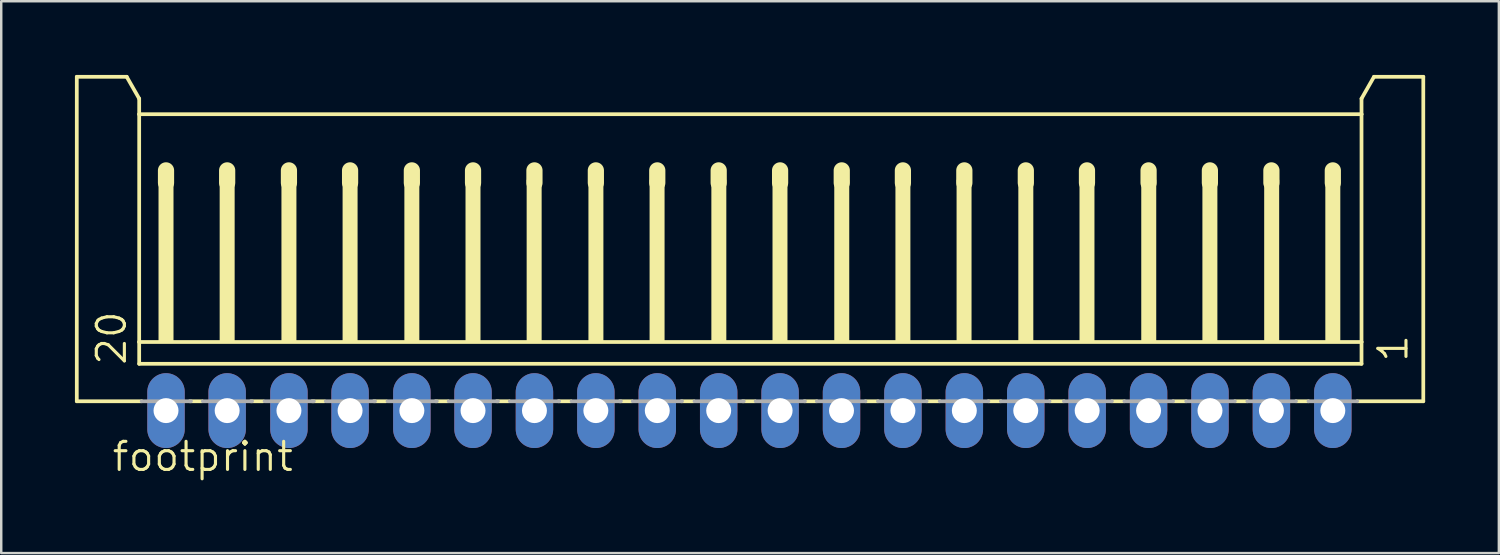
<source format=kicad_pcb>
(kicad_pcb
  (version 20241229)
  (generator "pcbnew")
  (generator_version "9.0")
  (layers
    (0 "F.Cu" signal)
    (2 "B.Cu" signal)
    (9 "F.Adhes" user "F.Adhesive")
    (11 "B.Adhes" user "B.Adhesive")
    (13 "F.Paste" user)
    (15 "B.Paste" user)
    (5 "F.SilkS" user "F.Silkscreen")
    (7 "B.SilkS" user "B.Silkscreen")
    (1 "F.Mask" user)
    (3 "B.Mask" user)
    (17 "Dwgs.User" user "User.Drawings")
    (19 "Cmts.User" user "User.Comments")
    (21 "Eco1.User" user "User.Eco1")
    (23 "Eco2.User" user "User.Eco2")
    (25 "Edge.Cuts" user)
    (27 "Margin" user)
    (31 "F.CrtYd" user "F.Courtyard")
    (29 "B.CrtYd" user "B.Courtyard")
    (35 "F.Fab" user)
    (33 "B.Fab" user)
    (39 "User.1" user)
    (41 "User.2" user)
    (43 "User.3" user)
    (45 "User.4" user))
  (footprint "footprint"
    (layer "F.Cu")
    (at 27.456 7.415)
    (property "Reference" "footprint" (at -26.009 8.79 0) (layer "F.SilkS") (effects (font (size 1.143 1.143) (thickness 0.127)) (justify left bottom)))
    (fp_line (start -27.38 -7.339) (end -25.348 -7.339) (stroke (width 0.152) (type solid)) (layer "F.SilkS"))
    (fp_line (start -27.38 5.869) (end -27.38 -7.339) (stroke (width 0.152) (type solid)) (layer "F.SilkS"))
    (fp_line (start -25.348 -7.339) (end -24.84 -6.45) (stroke (width 0.152) (type solid)) (layer "F.SilkS"))
    (fp_line (start -24.84 -6.45) (end -24.84 -5.815) (stroke (width 0.152) (type solid)) (layer "F.SilkS"))
    (fp_line (start -24.84 -5.815) (end -24.84 3.456) (stroke (width 0.152) (type solid)) (layer "F.SilkS"))
    (fp_line (start -24.84 3.456) (end -24.84 4.345) (stroke (width 0.152) (type solid)) (layer "F.SilkS"))
    (fp_line (start -24.739 5.869) (end -27.38 5.869) (stroke (width 0.152) (type solid)) (layer "F.SilkS"))
    (fp_line (start -23.748 -3.529) (end -23.748 -3.021) (stroke (width 0.66) (type solid)) (layer "F.SilkS"))
    (fp_line (start -22.275 5.869) (end -22.783 5.869) (stroke (width 0.152) (type solid)) (layer "F.SilkS"))
    (fp_line (start -21.259 -3.529) (end -21.259 -3.021) (stroke (width 0.66) (type solid)) (layer "F.SilkS"))
    (fp_line (start -19.786 5.869) (end -20.294 5.869) (stroke (width 0.152) (type solid)) (layer "F.SilkS"))
    (fp_line (start -18.744 -3.529) (end -18.744 -3.021) (stroke (width 0.66) (type solid)) (layer "F.SilkS"))
    (fp_line (start -17.296 5.869) (end -17.804 5.869) (stroke (width 0.152) (type solid)) (layer "F.SilkS"))
    (fp_line (start -16.255 -3.529) (end -16.255 -3.021) (stroke (width 0.66) (type solid)) (layer "F.SilkS"))
    (fp_line (start -14.782 5.869) (end -15.29 5.869) (stroke (width 0.152) (type solid)) (layer "F.SilkS"))
    (fp_line (start -13.74 -3.529) (end -13.74 -3.021) (stroke (width 0.66) (type solid)) (layer "F.SilkS"))
    (fp_line (start -12.267 5.869) (end -12.775 5.869) (stroke (width 0.152) (type solid)) (layer "F.SilkS"))
    (fp_line (start -11.25 -3.529) (end -11.25 -3.021) (stroke (width 0.66) (type solid)) (layer "F.SilkS"))
    (fp_line (start -9.778 5.869) (end -10.286 5.869) (stroke (width 0.152) (type solid)) (layer "F.SilkS"))
    (fp_line (start -8.75 -3.529) (end -8.75 -3.021) (stroke (width 0.66) (type solid)) (layer "F.SilkS"))
    (fp_line (start -7.263 5.869) (end -7.771 5.869) (stroke (width 0.152) (type solid)) (layer "F.SilkS"))
    (fp_line (start -6.25 -3.529) (end -6.25 -3.021) (stroke (width 0.66) (type solid)) (layer "F.SilkS"))
    (fp_line (start -4.774 5.869) (end -5.282 5.869) (stroke (width 0.152) (type solid)) (layer "F.SilkS"))
    (fp_line (start -3.75 -3.529) (end -3.75 -3.021) (stroke (width 0.66) (type solid)) (layer "F.SilkS"))
    (fp_line (start -2.26 5.869) (end -2.768 5.869) (stroke (width 0.152) (type solid)) (layer "F.SilkS"))
    (fp_line (start -1.25 -3.529) (end -1.25 -3.021) (stroke (width 0.66) (type solid)) (layer "F.SilkS"))
    (fp_line (start 0.23 5.869) (end -0.278 5.869) (stroke (width 0.152) (type solid)) (layer "F.SilkS"))
    (fp_line (start 1.25 -3.529) (end 1.25 -3.021) (stroke (width 0.66) (type solid)) (layer "F.SilkS"))
    (fp_line (start 2.744 5.869) (end 2.236 5.869) (stroke (width 0.152) (type solid)) (layer "F.SilkS"))
    (fp_line (start 3.76 -3.529) (end 3.76 -3.021) (stroke (width 0.66) (type solid)) (layer "F.SilkS"))
    (fp_line (start 5.233 5.869) (end 4.725 5.869) (stroke (width 0.152) (type solid)) (layer "F.SilkS"))
    (fp_line (start 6.249 -3.529) (end 6.249 -3.021) (stroke (width 0.66) (type solid)) (layer "F.SilkS"))
    (fp_line (start 7.748 5.869) (end 7.215 5.869) (stroke (width 0.152) (type solid)) (layer "F.SilkS"))
    (fp_line (start 8.75 -3.529) (end 8.75 -3.021) (stroke (width 0.66) (type solid)) (layer "F.SilkS"))
    (fp_line (start 10.237 5.869) (end 9.729 5.869) (stroke (width 0.152) (type solid)) (layer "F.SilkS"))
    (fp_line (start 11.253 -3.529) (end 11.253 -3.021) (stroke (width 0.66) (type solid)) (layer "F.SilkS"))
    (fp_line (start 12.803 5.869) (end 12.218 5.869) (stroke (width 0.152) (type solid)) (layer "F.SilkS"))
    (fp_line (start 13.742 -3.529) (end 13.742 -3.021) (stroke (width 0.66) (type solid)) (layer "F.SilkS"))
    (fp_line (start 15.266 5.869) (end 14.758 5.869) (stroke (width 0.152) (type solid)) (layer "F.SilkS"))
    (fp_line (start 16.25 -3.529) (end 16.25 -3.021) (stroke (width 0.66) (type solid)) (layer "F.SilkS"))
    (fp_line (start 17.781 5.869) (end 17.248 5.869) (stroke (width 0.152) (type solid)) (layer "F.SilkS"))
    (fp_line (start 18.746 -3.529) (end 18.746 -3.021) (stroke (width 0.66) (type solid)) (layer "F.SilkS"))
    (fp_line (start 20.27 5.869) (end 19.762 5.869) (stroke (width 0.152) (type solid)) (layer "F.SilkS"))
    (fp_line (start 21.25 -3.529) (end 21.25 -3.021) (stroke (width 0.66) (type solid)) (layer "F.SilkS"))
    (fp_line (start 22.759 5.869) (end 22.251 5.869) (stroke (width 0.152) (type solid)) (layer "F.SilkS"))
    (fp_line (start 23.75 -3.529) (end 23.75 -3.021) (stroke (width 0.66) (type solid)) (layer "F.SilkS"))
    (fp_line (start 24.918 -6.45) (end 24.918 -5.815) (stroke (width 0.152) (type solid)) (layer "F.SilkS"))
    (fp_line (start 24.918 -6.45) (end 25.426 -7.339) (stroke (width 0.152) (type solid)) (layer "F.SilkS"))
    (fp_line (start 24.918 -5.815) (end -24.84 -5.815) (stroke (width 0.152) (type solid)) (layer "F.SilkS"))
    (fp_line (start 24.918 -5.815) (end 24.918 3.456) (stroke (width 0.152) (type solid)) (layer "F.SilkS"))
    (fp_line (start 24.918 3.456) (end -24.84 3.456) (stroke (width 0.152) (type solid)) (layer "F.SilkS"))
    (fp_line (start 24.918 3.456) (end 24.918 4.345) (stroke (width 0.152) (type solid)) (layer "F.SilkS"))
    (fp_line (start 24.918 4.345) (end -24.84 4.345) (stroke (width 0.152) (type solid)) (layer "F.SilkS"))
    (fp_line (start 27.433 -7.339) (end 25.426 -7.339) (stroke (width 0.152) (type solid)) (layer "F.SilkS"))
    (fp_line (start 27.433 5.869) (end 24.741 5.869) (stroke (width 0.152) (type solid)) (layer "F.SilkS"))
    (fp_line (start 27.433 5.869) (end 27.433 -7.339) (stroke (width 0.152) (type solid)) (layer "F.SilkS"))
    (fp_poly (pts (xy -24.053 3.456) (xy -23.443 3.456) (xy -23.443 -3.148) (xy -24.053 -3.148)) (stroke (width 0) (type solid)) (fill yes) (layer "F.SilkS"))
    (fp_poly (pts (xy -21.564 3.456) (xy -20.954 3.456) (xy -20.954 -3.148) (xy -21.564 -3.148)) (stroke (width 0) (type solid)) (fill yes) (layer "F.SilkS"))
    (fp_poly (pts (xy -19.049 3.456) (xy -18.439 3.456) (xy -18.439 -3.148) (xy -19.049 -3.148)) (stroke (width 0) (type solid)) (fill yes) (layer "F.SilkS"))
    (fp_poly (pts (xy -16.56 3.456) (xy -15.95 3.456) (xy -15.95 -3.148) (xy -16.56 -3.148)) (stroke (width 0) (type solid)) (fill yes) (layer "F.SilkS"))
    (fp_poly (pts (xy -14.045 3.456) (xy -13.436 3.456) (xy -13.436 -3.148) (xy -14.045 -3.148)) (stroke (width 0) (type solid)) (fill yes) (layer "F.SilkS"))
    (fp_poly (pts (xy -11.556 3.456) (xy -10.946 3.456) (xy -10.946 -3.148) (xy -11.556 -3.148)) (stroke (width 0) (type solid)) (fill yes) (layer "F.SilkS"))
    (fp_poly (pts (xy -9.067 3.456) (xy -8.457 3.456) (xy -8.457 -3.148) (xy -9.067 -3.148)) (stroke (width 0) (type solid)) (fill yes) (layer "F.SilkS"))
    (fp_poly (pts (xy -6.552 3.456) (xy -5.943 3.456) (xy -5.943 -3.148) (xy -6.552 -3.148)) (stroke (width 0) (type solid)) (fill yes) (layer "F.SilkS"))
    (fp_poly (pts (xy -4.063 3.456) (xy -3.453 3.456) (xy -3.453 -3.148) (xy -4.063 -3.148)) (stroke (width 0) (type solid)) (fill yes) (layer "F.SilkS"))
    (fp_poly (pts (xy -1.548 3.456) (xy -0.939 3.456) (xy -0.939 -3.148) (xy -1.548 -3.148)) (stroke (width 0) (type solid)) (fill yes) (layer "F.SilkS"))
    (fp_poly (pts (xy 0.941 3.456) (xy 1.55 3.456) (xy 1.55 -3.148) (xy 0.941 -3.148)) (stroke (width 0) (type solid)) (fill yes) (layer "F.SilkS"))
    (fp_poly (pts (xy 3.455 3.456) (xy 4.065 3.456) (xy 4.065 -3.148) (xy 3.455 -3.148)) (stroke (width 0) (type solid)) (fill yes) (layer "F.SilkS"))
    (fp_poly (pts (xy 5.945 3.456) (xy 6.554 3.456) (xy 6.554 -3.148) (xy 5.945 -3.148)) (stroke (width 0) (type solid)) (fill yes) (layer "F.SilkS"))
    (fp_poly (pts (xy 8.434 3.456) (xy 9.043 3.456) (xy 9.043 -3.148) (xy 8.434 -3.148)) (stroke (width 0) (type solid)) (fill yes) (layer "F.SilkS"))
    (fp_poly (pts (xy 10.948 3.456) (xy 11.558 3.456) (xy 11.558 -3.148) (xy 10.948 -3.148)) (stroke (width 0) (type solid)) (fill yes) (layer "F.SilkS"))
    (fp_poly (pts (xy 13.438 3.456) (xy 14.047 3.456) (xy 14.047 -3.148) (xy 13.438 -3.148)) (stroke (width 0) (type solid)) (fill yes) (layer "F.SilkS"))
    (fp_poly (pts (xy 15.952 3.456) (xy 16.562 3.456) (xy 16.562 -3.148) (xy 15.952 -3.148)) (stroke (width 0) (type solid)) (fill yes) (layer "F.SilkS"))
    (fp_poly (pts (xy 18.441 3.456) (xy 19.051 3.456) (xy 19.051 -3.148) (xy 18.441 -3.148)) (stroke (width 0) (type solid)) (fill yes) (layer "F.SilkS"))
    (fp_poly (pts (xy 20.956 3.456) (xy 21.566 3.456) (xy 21.566 -3.148) (xy 20.956 -3.148)) (stroke (width 0) (type solid)) (fill yes) (layer "F.SilkS"))
    (fp_poly (pts (xy 23.445 3.456) (xy 24.055 3.456) (xy 24.055 -3.148) (xy 23.445 -3.148)) (stroke (width 0) (type solid)) (fill yes) (layer "F.SilkS"))
    (fp_line (start -24.739 5.869) (end -22.732 5.869) (stroke (width 0.152) (type solid)) (layer "F.Fab"))
    (fp_line (start -22.249 5.869) (end -20.243 5.869) (stroke (width 0.152) (type solid)) (layer "F.Fab"))
    (fp_line (start -19.735 5.869) (end -17.728 5.869) (stroke (width 0.152) (type solid)) (layer "F.Fab"))
    (fp_line (start -17.246 5.869) (end -15.239 5.869) (stroke (width 0.152) (type solid)) (layer "F.Fab"))
    (fp_line (start -14.731 5.869) (end -12.724 5.869) (stroke (width 0.152) (type solid)) (layer "F.Fab"))
    (fp_line (start -12.242 5.869) (end -10.235 5.869) (stroke (width 0.152) (type solid)) (layer "F.Fab"))
    (fp_line (start -9.753 5.869) (end -7.746 5.869) (stroke (width 0.152) (type solid)) (layer "F.Fab"))
    (fp_line (start -7.238 5.869) (end -5.231 5.869) (stroke (width 0.152) (type solid)) (layer "F.Fab"))
    (fp_line (start -4.749 5.869) (end -2.742 5.869) (stroke (width 0.152) (type solid)) (layer "F.Fab"))
    (fp_line (start -2.234 5.869) (end -0.228 5.869) (stroke (width 0.152) (type solid)) (layer "F.Fab"))
    (fp_line (start 0.255 5.869) (end 2.262 5.869) (stroke (width 0.152) (type solid)) (layer "F.Fab"))
    (fp_line (start 2.744 5.869) (end 4.725 5.869) (stroke (width 0.152) (type solid)) (layer "F.Fab"))
    (fp_line (start 5.233 5.869) (end 7.215 5.869) (stroke (width 0.152) (type solid)) (layer "F.Fab"))
    (fp_line (start 7.748 5.869) (end 9.729 5.869) (stroke (width 0.152) (type solid)) (layer "F.Fab"))
    (fp_line (start 10.237 5.869) (end 12.218 5.869) (stroke (width 0.152) (type solid)) (layer "F.Fab"))
    (fp_line (start 12.803 5.869) (end 14.758 5.869) (stroke (width 0.152) (type solid)) (layer "F.Fab"))
    (fp_line (start 15.266 5.869) (end 17.248 5.869) (stroke (width 0.152) (type solid)) (layer "F.Fab"))
    (fp_line (start 17.781 5.869) (end 19.762 5.869) (stroke (width 0.152) (type solid)) (layer "F.Fab"))
    (fp_line (start 20.27 5.869) (end 22.251 5.869) (stroke (width 0.152) (type solid)) (layer "F.Fab"))
    (fp_line (start 22.759 5.869) (end 24.741 5.869) (stroke (width 0.152) (type solid)) (layer "F.Fab"))
    (fp_poly (pts (xy -24.053 6.504) (xy -23.443 6.504) (xy -23.443 5.869) (xy -24.053 5.869)) (stroke (width 0.1) (type solid)) (fill no) (layer "F.Fab"))
    (fp_poly (pts (xy -21.564 6.504) (xy -20.954 6.504) (xy -20.954 5.869) (xy -21.564 5.869)) (stroke (width 0.1) (type solid)) (fill no) (layer "F.Fab"))
    (fp_poly (pts (xy -19.049 6.504) (xy -18.439 6.504) (xy -18.439 5.869) (xy -19.049 5.869)) (stroke (width 0.1) (type solid)) (fill no) (layer "F.Fab"))
    (fp_poly (pts (xy -16.56 6.504) (xy -15.95 6.504) (xy -15.95 5.869) (xy -16.56 5.869)) (stroke (width 0.1) (type solid)) (fill no) (layer "F.Fab"))
    (fp_poly (pts (xy -14.045 6.504) (xy -13.436 6.504) (xy -13.436 5.869) (xy -14.045 5.869)) (stroke (width 0.1) (type solid)) (fill no) (layer "F.Fab"))
    (fp_poly (pts (xy -11.556 6.504) (xy -10.946 6.504) (xy -10.946 5.869) (xy -11.556 5.869)) (stroke (width 0.1) (type solid)) (fill no) (layer "F.Fab"))
    (fp_poly (pts (xy -9.067 6.504) (xy -8.457 6.504) (xy -8.457 5.869) (xy -9.067 5.869)) (stroke (width 0.1) (type solid)) (fill no) (layer "F.Fab"))
    (fp_poly (pts (xy -6.552 6.504) (xy -5.943 6.504) (xy -5.943 5.869) (xy -6.552 5.869)) (stroke (width 0.1) (type solid)) (fill no) (layer "F.Fab"))
    (fp_poly (pts (xy -4.063 6.504) (xy -3.453 6.504) (xy -3.453 5.869) (xy -4.063 5.869)) (stroke (width 0.1) (type solid)) (fill no) (layer "F.Fab"))
    (fp_poly (pts (xy -1.548 6.504) (xy -0.939 6.504) (xy -0.939 5.869) (xy -1.548 5.869)) (stroke (width 0.1) (type solid)) (fill no) (layer "F.Fab"))
    (fp_poly (pts (xy 0.941 6.504) (xy 1.55 6.504) (xy 1.55 5.869) (xy 0.941 5.869)) (stroke (width 0.1) (type solid)) (fill no) (layer "F.Fab"))
    (fp_poly (pts (xy 3.455 6.504) (xy 4.065 6.504) (xy 4.065 5.869) (xy 3.455 5.869)) (stroke (width 0.1) (type solid)) (fill no) (layer "F.Fab"))
    (fp_poly (pts (xy 5.945 6.504) (xy 6.554 6.504) (xy 6.554 5.869) (xy 5.945 5.869)) (stroke (width 0.1) (type solid)) (fill no) (layer "F.Fab"))
    (fp_poly (pts (xy 8.434 6.504) (xy 9.043 6.504) (xy 9.043 5.869) (xy 8.434 5.869)) (stroke (width 0.1) (type solid)) (fill no) (layer "F.Fab"))
    (fp_poly (pts (xy 10.948 6.504) (xy 11.558 6.504) (xy 11.558 5.869) (xy 10.948 5.869)) (stroke (width 0.1) (type solid)) (fill no) (layer "F.Fab"))
    (fp_poly (pts (xy 13.438 6.504) (xy 14.047 6.504) (xy 14.047 5.869) (xy 13.438 5.869)) (stroke (width 0.1) (type solid)) (fill no) (layer "F.Fab"))
    (fp_poly (pts (xy 15.952 6.504) (xy 16.562 6.504) (xy 16.562 5.869) (xy 15.952 5.869)) (stroke (width 0.1) (type solid)) (fill no) (layer "F.Fab"))
    (fp_poly (pts (xy 18.441 6.504) (xy 19.051 6.504) (xy 19.051 5.869) (xy 18.441 5.869)) (stroke (width 0.1) (type solid)) (fill no) (layer "F.Fab"))
    (fp_poly (pts (xy 20.956 6.504) (xy 21.566 6.504) (xy 21.566 5.869) (xy 20.956 5.869)) (stroke (width 0.1) (type solid)) (fill no) (layer "F.Fab"))
    (fp_poly (pts (xy 23.445 6.504) (xy 24.055 6.504) (xy 24.055 5.869) (xy 23.445 5.869)) (stroke (width 0.1) (type solid)) (fill no) (layer "F.Fab"))
    (fp_text user "20" (at -25.297 4.472 90) (layer "F.SilkS") (effects (font (size 1.143 1.143) (thickness 0.127)) (justify left bottom)))
    (fp_text user "1" (at 26.874 4.345 90) (layer "F.SilkS") (effects (font (size 1.143 1.143) (thickness 0.127)) (justify left bottom)))
    (pad "1" thru_hole oval (at 23.75 6.25 90) (size 3.048 1.524) (drill 1.016) (layers "*.Cu" "*.Mask"))
    (pad "2" thru_hole oval (at 21.25 6.25 90) (size 3.048 1.524) (drill 1.016) (layers "*.Cu" "*.Mask"))
    (pad "3" thru_hole oval (at 18.75 6.25 90) (size 3.048 1.524) (drill 1.016) (layers "*.Cu" "*.Mask"))
    (pad "4" thru_hole oval (at 16.25 6.25 90) (size 3.048 1.524) (drill 1.016) (layers "*.Cu" "*.Mask"))
    (pad "5" thru_hole oval (at 13.75 6.25 90) (size 3.048 1.524) (drill 1.016) (layers "*.Cu" "*.Mask"))
    (pad "6" thru_hole oval (at 11.25 6.25 90) (size 3.048 1.524) (drill 1.016) (layers "*.Cu" "*.Mask"))
    (pad "7" thru_hole oval (at 8.75 6.25 90) (size 3.048 1.524) (drill 1.016) (layers "*.Cu" "*.Mask"))
    (pad "8" thru_hole oval (at 6.25 6.25 90) (size 3.048 1.524) (drill 1.016) (layers "*.Cu" "*.Mask"))
    (pad "9" thru_hole oval (at 3.75 6.25 90) (size 3.048 1.524) (drill 1.016) (layers "*.Cu" "*.Mask"))
    (pad "10" thru_hole oval (at 1.25 6.25 90) (size 3.048 1.524) (drill 1.016) (layers "*.Cu" "*.Mask"))
    (pad "11" thru_hole oval (at -1.25 6.25 90) (size 3.048 1.524) (drill 1.016) (layers "*.Cu" "*.Mask"))
    (pad "12" thru_hole oval (at -3.75 6.25 90) (size 3.048 1.524) (drill 1.016) (layers "*.Cu" "*.Mask"))
    (pad "13" thru_hole oval (at -6.25 6.25 90) (size 3.048 1.524) (drill 1.016) (layers "*.Cu" "*.Mask"))
    (pad "14" thru_hole oval (at -8.75 6.25 90) (size 3.048 1.524) (drill 1.016) (layers "*.Cu" "*.Mask"))
    (pad "15" thru_hole oval (at -11.25 6.25 90) (size 3.048 1.524) (drill 1.016) (layers "*.Cu" "*.Mask"))
    (pad "16" thru_hole oval (at -13.74 6.25 90) (size 3.048 1.524) (drill 1.016) (layers "*.Cu" "*.Mask"))
    (pad "17" thru_hole oval (at -16.255 6.25 90) (size 3.048 1.524) (drill 1.016) (layers "*.Cu" "*.Mask"))
    (pad "18" thru_hole oval (at -18.744 6.25 90) (size 3.048 1.524) (drill 1.016) (layers "*.Cu" "*.Mask"))
    (pad "19" thru_hole oval (at -21.259 6.25 90) (size 3.048 1.524) (drill 1.016) (layers "*.Cu" "*.Mask"))
    (pad "20" thru_hole oval (at -23.748 6.25 90) (size 3.048 1.524) (drill 1.016) (layers "*.Cu" "*.Mask")))
  (gr_rect
    (start -3 -3)
    (end 57.965 19.464)
    (stroke (width 0.1) (type default))
    (fill no)
    (layer "Edge.Cuts")))
</source>
